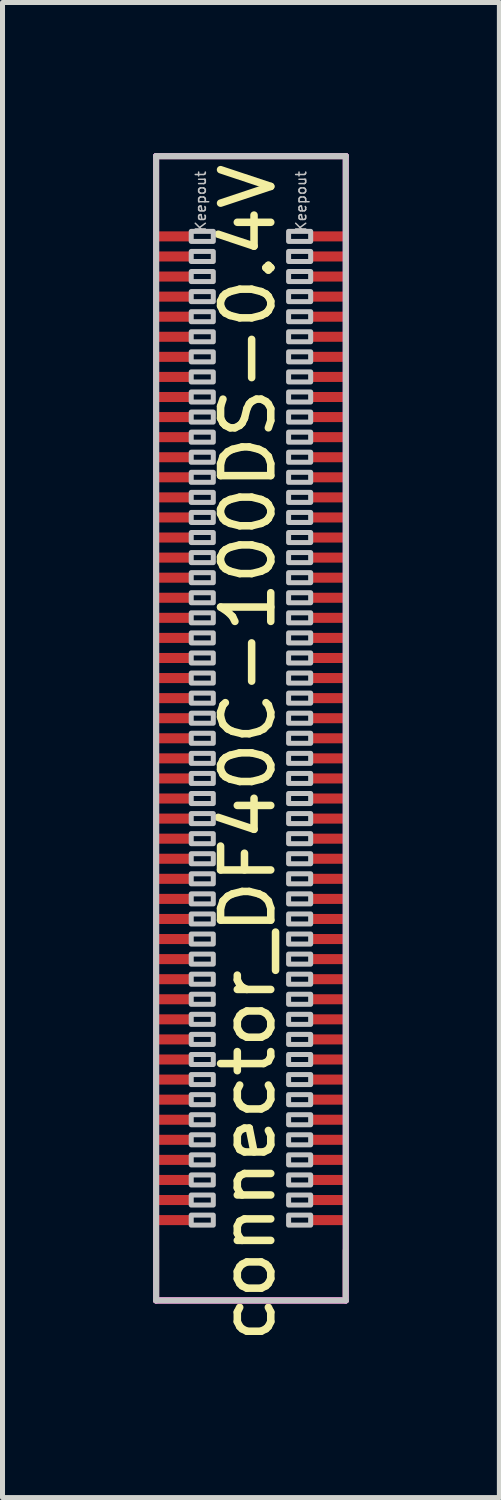
<source format=kicad_pcb>
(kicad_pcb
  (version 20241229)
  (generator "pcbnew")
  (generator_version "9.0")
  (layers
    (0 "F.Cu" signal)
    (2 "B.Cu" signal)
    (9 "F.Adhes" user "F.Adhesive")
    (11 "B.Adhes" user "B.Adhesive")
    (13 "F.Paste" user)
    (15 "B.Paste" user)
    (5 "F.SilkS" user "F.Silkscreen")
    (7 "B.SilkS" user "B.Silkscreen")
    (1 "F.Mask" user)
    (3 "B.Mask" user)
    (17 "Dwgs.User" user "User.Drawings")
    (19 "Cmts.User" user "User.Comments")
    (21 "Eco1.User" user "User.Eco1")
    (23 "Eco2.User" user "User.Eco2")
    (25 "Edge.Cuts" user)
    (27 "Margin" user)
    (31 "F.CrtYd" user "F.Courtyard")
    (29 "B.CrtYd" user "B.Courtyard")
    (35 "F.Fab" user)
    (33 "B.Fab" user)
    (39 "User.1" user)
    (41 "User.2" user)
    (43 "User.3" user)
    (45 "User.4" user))
  (footprint "connector_DF40C-100DS-0.4V"
    (layer "F.Cu")
    (at 1.95 11.46)
    (property "Reference" "connector_DF40C-100DS-0.4V" (at -0.06 0.49 90) (layer "F.SilkS") (effects (font (size 1 1) (thickness 0.15))))
    (attr through_hole)
    (fp_line (start -1.89 -11.4) (end 1.89 -11.4) (stroke (width 0.12) (type solid)) (layer "F.SilkS"))
    (fp_line (start -1.89 11.4) (end -1.89 10.4) (stroke (width 0.12) (type solid)) (layer "F.SilkS"))
    (fp_line (start -1.89 11.4) (end 1.89 11.4) (stroke (width 0.12) (type solid)) (layer "F.SilkS"))
    (fp_line (start 1.89 11.4) (end 1.89 10.4) (stroke (width 0.12) (type solid)) (layer "F.SilkS"))
    (fp_line (start -1.89 -11.4) (end 1.89 -11.4) (stroke (width 0.12) (type solid)) (layer "Dwgs.User"))
    (fp_line (start -1.89 11.4) (end -1.89 -11.4) (stroke (width 0.12) (type solid)) (layer "Dwgs.User"))
    (fp_line (start 1.89 -11.4) (end 1.89 11.4) (stroke (width 0.12) (type solid)) (layer "Dwgs.User"))
    (fp_line (start 1.89 11.4) (end -1.89 11.4) (stroke (width 0.12) (type solid)) (layer "Dwgs.User"))
    (fp_poly (pts (xy -0.75 -9.7) (xy -1.19 -9.7) (xy -1.19 -9.9) (xy -0.75 -9.9)) (stroke (width 0.1) (type solid)) (fill no) (layer "Dwgs.User"))
    (fp_poly (pts (xy -0.75 -9.3) (xy -1.19 -9.3) (xy -1.19 -9.5) (xy -0.75 -9.5)) (stroke (width 0.1) (type solid)) (fill no) (layer "Dwgs.User"))
    (fp_poly (pts (xy -0.75 -8.9) (xy -1.19 -8.9) (xy -1.19 -9.1) (xy -0.75 -9.1)) (stroke (width 0.1) (type solid)) (fill no) (layer "Dwgs.User"))
    (fp_poly (pts (xy -0.75 -8.5) (xy -1.19 -8.5) (xy -1.19 -8.7) (xy -0.75 -8.7)) (stroke (width 0.1) (type solid)) (fill no) (layer "Dwgs.User"))
    (fp_poly (pts (xy -0.75 -8.1) (xy -1.19 -8.1) (xy -1.19 -8.3) (xy -0.75 -8.3)) (stroke (width 0.1) (type solid)) (fill no) (layer "Dwgs.User"))
    (fp_poly (pts (xy -0.75 -7.7) (xy -1.19 -7.7) (xy -1.19 -7.9) (xy -0.75 -7.9)) (stroke (width 0.1) (type solid)) (fill no) (layer "Dwgs.User"))
    (fp_poly (pts (xy -0.75 -7.3) (xy -1.19 -7.3) (xy -1.19 -7.5) (xy -0.75 -7.5)) (stroke (width 0.1) (type solid)) (fill no) (layer "Dwgs.User"))
    (fp_poly (pts (xy -0.75 -6.9) (xy -1.19 -6.9) (xy -1.19 -7.1) (xy -0.75 -7.1)) (stroke (width 0.1) (type solid)) (fill no) (layer "Dwgs.User"))
    (fp_poly (pts (xy -0.75 -6.5) (xy -1.19 -6.5) (xy -1.19 -6.7) (xy -0.75 -6.7)) (stroke (width 0.1) (type solid)) (fill no) (layer "Dwgs.User"))
    (fp_poly (pts (xy -0.75 -6.1) (xy -1.19 -6.1) (xy -1.19 -6.3) (xy -0.75 -6.3)) (stroke (width 0.1) (type solid)) (fill no) (layer "Dwgs.User"))
    (fp_poly (pts (xy -0.75 -5.7) (xy -1.19 -5.7) (xy -1.19 -5.9) (xy -0.75 -5.9)) (stroke (width 0.1) (type solid)) (fill no) (layer "Dwgs.User"))
    (fp_poly (pts (xy -0.75 -5.3) (xy -1.19 -5.3) (xy -1.19 -5.5) (xy -0.75 -5.5)) (stroke (width 0.1) (type solid)) (fill no) (layer "Dwgs.User"))
    (fp_poly (pts (xy -0.75 -4.9) (xy -1.19 -4.9) (xy -1.19 -5.1) (xy -0.75 -5.1)) (stroke (width 0.1) (type solid)) (fill no) (layer "Dwgs.User"))
    (fp_poly (pts (xy -0.75 -4.5) (xy -1.19 -4.5) (xy -1.19 -4.7) (xy -0.75 -4.7)) (stroke (width 0.1) (type solid)) (fill no) (layer "Dwgs.User"))
    (fp_poly (pts (xy -0.75 -4.1) (xy -1.19 -4.1) (xy -1.19 -4.3) (xy -0.75 -4.3)) (stroke (width 0.1) (type solid)) (fill no) (layer "Dwgs.User"))
    (fp_poly (pts (xy -0.75 -3.7) (xy -1.19 -3.7) (xy -1.19 -3.9) (xy -0.75 -3.9)) (stroke (width 0.1) (type solid)) (fill no) (layer "Dwgs.User"))
    (fp_poly (pts (xy -0.75 -3.3) (xy -1.19 -3.3) (xy -1.19 -3.5) (xy -0.75 -3.5)) (stroke (width 0.1) (type solid)) (fill no) (layer "Dwgs.User"))
    (fp_poly (pts (xy -0.75 -2.9) (xy -1.19 -2.9) (xy -1.19 -3.1) (xy -0.75 -3.1)) (stroke (width 0.1) (type solid)) (fill no) (layer "Dwgs.User"))
    (fp_poly (pts (xy -0.75 -2.5) (xy -1.19 -2.5) (xy -1.19 -2.7) (xy -0.75 -2.7)) (stroke (width 0.1) (type solid)) (fill no) (layer "Dwgs.User"))
    (fp_poly (pts (xy -0.75 -2.1) (xy -1.19 -2.1) (xy -1.19 -2.3) (xy -0.75 -2.3)) (stroke (width 0.1) (type solid)) (fill no) (layer "Dwgs.User"))
    (fp_poly (pts (xy -0.75 -1.7) (xy -1.19 -1.7) (xy -1.19 -1.9) (xy -0.75 -1.9)) (stroke (width 0.1) (type solid)) (fill no) (layer "Dwgs.User"))
    (fp_poly (pts (xy -0.75 -1.3) (xy -1.19 -1.3) (xy -1.19 -1.5) (xy -0.75 -1.5)) (stroke (width 0.1) (type solid)) (fill no) (layer "Dwgs.User"))
    (fp_poly (pts (xy -0.75 -0.9) (xy -1.19 -0.9) (xy -1.19 -1.1) (xy -0.75 -1.1)) (stroke (width 0.1) (type solid)) (fill no) (layer "Dwgs.User"))
    (fp_poly (pts (xy -0.75 -0.5) (xy -1.19 -0.5) (xy -1.19 -0.7) (xy -0.75 -0.7)) (stroke (width 0.1) (type solid)) (fill no) (layer "Dwgs.User"))
    (fp_poly (pts (xy -0.75 -0.1) (xy -1.19 -0.1) (xy -1.19 -0.3) (xy -0.75 -0.3)) (stroke (width 0.1) (type solid)) (fill no) (layer "Dwgs.User"))
    (fp_poly (pts (xy -0.75 0.3) (xy -1.19 0.3) (xy -1.19 0.1) (xy -0.75 0.1)) (stroke (width 0.1) (type solid)) (fill no) (layer "Dwgs.User"))
    (fp_poly (pts (xy -0.75 0.7) (xy -1.19 0.7) (xy -1.19 0.5) (xy -0.75 0.5)) (stroke (width 0.1) (type solid)) (fill no) (layer "Dwgs.User"))
    (fp_poly (pts (xy -0.75 1.1) (xy -1.19 1.1) (xy -1.19 0.9) (xy -0.75 0.9)) (stroke (width 0.1) (type solid)) (fill no) (layer "Dwgs.User"))
    (fp_poly (pts (xy -0.75 1.5) (xy -1.19 1.5) (xy -1.19 1.3) (xy -0.75 1.3)) (stroke (width 0.1) (type solid)) (fill no) (layer "Dwgs.User"))
    (fp_poly (pts (xy -0.75 1.9) (xy -1.19 1.9) (xy -1.19 1.7) (xy -0.75 1.7)) (stroke (width 0.1) (type solid)) (fill no) (layer "Dwgs.User"))
    (fp_poly (pts (xy -0.75 2.3) (xy -1.19 2.3) (xy -1.19 2.1) (xy -0.75 2.1)) (stroke (width 0.1) (type solid)) (fill no) (layer "Dwgs.User"))
    (fp_poly (pts (xy -0.75 2.7) (xy -1.19 2.7) (xy -1.19 2.5) (xy -0.75 2.5)) (stroke (width 0.1) (type solid)) (fill no) (layer "Dwgs.User"))
    (fp_poly (pts (xy -0.75 3.1) (xy -1.19 3.1) (xy -1.19 2.9) (xy -0.75 2.9)) (stroke (width 0.1) (type solid)) (fill no) (layer "Dwgs.User"))
    (fp_poly (pts (xy -0.75 3.5) (xy -1.19 3.5) (xy -1.19 3.3) (xy -0.75 3.3)) (stroke (width 0.1) (type solid)) (fill no) (layer "Dwgs.User"))
    (fp_poly (pts (xy -0.75 3.9) (xy -1.19 3.9) (xy -1.19 3.7) (xy -0.75 3.7)) (stroke (width 0.1) (type solid)) (fill no) (layer "Dwgs.User"))
    (fp_poly (pts (xy -0.75 4.3) (xy -1.19 4.3) (xy -1.19 4.1) (xy -0.75 4.1)) (stroke (width 0.1) (type solid)) (fill no) (layer "Dwgs.User"))
    (fp_poly (pts (xy -0.75 4.7) (xy -1.19 4.7) (xy -1.19 4.5) (xy -0.75 4.5)) (stroke (width 0.1) (type solid)) (fill no) (layer "Dwgs.User"))
    (fp_poly (pts (xy -0.75 5.1) (xy -1.19 5.1) (xy -1.19 4.9) (xy -0.75 4.9)) (stroke (width 0.1) (type solid)) (fill no) (layer "Dwgs.User"))
    (fp_poly (pts (xy -0.75 5.5) (xy -1.19 5.5) (xy -1.19 5.3) (xy -0.75 5.3)) (stroke (width 0.1) (type solid)) (fill no) (layer "Dwgs.User"))
    (fp_poly (pts (xy -0.75 5.9) (xy -1.19 5.9) (xy -1.19 5.7) (xy -0.75 5.7)) (stroke (width 0.1) (type solid)) (fill no) (layer "Dwgs.User"))
    (fp_poly (pts (xy -0.75 6.3) (xy -1.19 6.3) (xy -1.19 6.1) (xy -0.75 6.1)) (stroke (width 0.1) (type solid)) (fill no) (layer "Dwgs.User"))
    (fp_poly (pts (xy -0.75 6.7) (xy -1.19 6.7) (xy -1.19 6.5) (xy -0.75 6.5)) (stroke (width 0.1) (type solid)) (fill no) (layer "Dwgs.User"))
    (fp_poly (pts (xy -0.75 7.1) (xy -1.19 7.1) (xy -1.19 6.9) (xy -0.75 6.9)) (stroke (width 0.1) (type solid)) (fill no) (layer "Dwgs.User"))
    (fp_poly (pts (xy -0.75 7.5) (xy -1.19 7.5) (xy -1.19 7.3) (xy -0.75 7.3)) (stroke (width 0.1) (type solid)) (fill no) (layer "Dwgs.User"))
    (fp_poly (pts (xy -0.75 7.9) (xy -1.19 7.9) (xy -1.19 7.7) (xy -0.75 7.7)) (stroke (width 0.1) (type solid)) (fill no) (layer "Dwgs.User"))
    (fp_poly (pts (xy -0.75 8.3) (xy -1.19 8.3) (xy -1.19 8.1) (xy -0.75 8.1)) (stroke (width 0.1) (type solid)) (fill no) (layer "Dwgs.User"))
    (fp_poly (pts (xy -0.75 8.7) (xy -1.19 8.7) (xy -1.19 8.5) (xy -0.75 8.5)) (stroke (width 0.1) (type solid)) (fill no) (layer "Dwgs.User"))
    (fp_poly (pts (xy -0.75 9.1) (xy -1.19 9.1) (xy -1.19 8.9) (xy -0.75 8.9)) (stroke (width 0.1) (type solid)) (fill no) (layer "Dwgs.User"))
    (fp_poly (pts (xy -0.75 9.5) (xy -1.19 9.5) (xy -1.19 9.3) (xy -0.75 9.3)) (stroke (width 0.1) (type solid)) (fill no) (layer "Dwgs.User"))
    (fp_poly (pts (xy -0.75 9.9) (xy -1.19 9.9) (xy -1.19 9.7) (xy -0.75 9.7)) (stroke (width 0.1) (type solid)) (fill no) (layer "Dwgs.User"))
    (fp_poly (pts (xy 1.19 -9.7) (xy 0.75 -9.7) (xy 0.75 -9.9) (xy 1.19 -9.9)) (stroke (width 0.1) (type solid)) (fill no) (layer "Dwgs.User"))
    (fp_poly (pts (xy 1.19 -9.3) (xy 0.75 -9.3) (xy 0.75 -9.5) (xy 1.19 -9.5)) (stroke (width 0.1) (type solid)) (fill no) (layer "Dwgs.User"))
    (fp_poly (pts (xy 1.19 -8.9) (xy 0.75 -8.9) (xy 0.75 -9.1) (xy 1.19 -9.1)) (stroke (width 0.1) (type solid)) (fill no) (layer "Dwgs.User"))
    (fp_poly (pts (xy 1.19 -8.5) (xy 0.75 -8.5) (xy 0.75 -8.7) (xy 1.19 -8.7)) (stroke (width 0.1) (type solid)) (fill no) (layer "Dwgs.User"))
    (fp_poly (pts (xy 1.19 -8.1) (xy 0.75 -8.1) (xy 0.75 -8.3) (xy 1.19 -8.3)) (stroke (width 0.1) (type solid)) (fill no) (layer "Dwgs.User"))
    (fp_poly (pts (xy 1.19 -7.7) (xy 0.75 -7.7) (xy 0.75 -7.9) (xy 1.19 -7.9)) (stroke (width 0.1) (type solid)) (fill no) (layer "Dwgs.User"))
    (fp_poly (pts (xy 1.19 -7.3) (xy 0.75 -7.3) (xy 0.75 -7.5) (xy 1.19 -7.5)) (stroke (width 0.1) (type solid)) (fill no) (layer "Dwgs.User"))
    (fp_poly (pts (xy 1.19 -6.9) (xy 0.75 -6.9) (xy 0.75 -7.1) (xy 1.19 -7.1)) (stroke (width 0.1) (type solid)) (fill no) (layer "Dwgs.User"))
    (fp_poly (pts (xy 1.19 -6.5) (xy 0.75 -6.5) (xy 0.75 -6.7) (xy 1.19 -6.7)) (stroke (width 0.1) (type solid)) (fill no) (layer "Dwgs.User"))
    (fp_poly (pts (xy 1.19 -6.1) (xy 0.75 -6.1) (xy 0.75 -6.3) (xy 1.19 -6.3)) (stroke (width 0.1) (type solid)) (fill no) (layer "Dwgs.User"))
    (fp_poly (pts (xy 1.19 -5.7) (xy 0.75 -5.7) (xy 0.75 -5.9) (xy 1.19 -5.9)) (stroke (width 0.1) (type solid)) (fill no) (layer "Dwgs.User"))
    (fp_poly (pts (xy 1.19 -5.3) (xy 0.75 -5.3) (xy 0.75 -5.5) (xy 1.19 -5.5)) (stroke (width 0.1) (type solid)) (fill no) (layer "Dwgs.User"))
    (fp_poly (pts (xy 1.19 -4.9) (xy 0.75 -4.9) (xy 0.75 -5.1) (xy 1.19 -5.1)) (stroke (width 0.1) (type solid)) (fill no) (layer "Dwgs.User"))
    (fp_poly (pts (xy 1.19 -4.5) (xy 0.75 -4.5) (xy 0.75 -4.7) (xy 1.19 -4.7)) (stroke (width 0.1) (type solid)) (fill no) (layer "Dwgs.User"))
    (fp_poly (pts (xy 1.19 -4.1) (xy 0.75 -4.1) (xy 0.75 -4.3) (xy 1.19 -4.3)) (stroke (width 0.1) (type solid)) (fill no) (layer "Dwgs.User"))
    (fp_poly (pts (xy 1.19 -3.7) (xy 0.75 -3.7) (xy 0.75 -3.9) (xy 1.19 -3.9)) (stroke (width 0.1) (type solid)) (fill no) (layer "Dwgs.User"))
    (fp_poly (pts (xy 1.19 -3.3) (xy 0.75 -3.3) (xy 0.75 -3.5) (xy 1.19 -3.5)) (stroke (width 0.1) (type solid)) (fill no) (layer "Dwgs.User"))
    (fp_poly (pts (xy 1.19 -2.9) (xy 0.75 -2.9) (xy 0.75 -3.1) (xy 1.19 -3.1)) (stroke (width 0.1) (type solid)) (fill no) (layer "Dwgs.User"))
    (fp_poly (pts (xy 1.19 -2.5) (xy 0.75 -2.5) (xy 0.75 -2.7) (xy 1.19 -2.7)) (stroke (width 0.1) (type solid)) (fill no) (layer "Dwgs.User"))
    (fp_poly (pts (xy 1.19 -2.1) (xy 0.75 -2.1) (xy 0.75 -2.3) (xy 1.19 -2.3)) (stroke (width 0.1) (type solid)) (fill no) (layer "Dwgs.User"))
    (fp_poly (pts (xy 1.19 -1.7) (xy 0.75 -1.7) (xy 0.75 -1.9) (xy 1.19 -1.9)) (stroke (width 0.1) (type solid)) (fill no) (layer "Dwgs.User"))
    (fp_poly (pts (xy 1.19 -1.3) (xy 0.75 -1.3) (xy 0.75 -1.5) (xy 1.19 -1.5)) (stroke (width 0.1) (type solid)) (fill no) (layer "Dwgs.User"))
    (fp_poly (pts (xy 1.19 -0.9) (xy 0.75 -0.9) (xy 0.75 -1.1) (xy 1.19 -1.1)) (stroke (width 0.1) (type solid)) (fill no) (layer "Dwgs.User"))
    (fp_poly (pts (xy 1.19 -0.5) (xy 0.75 -0.5) (xy 0.75 -0.7) (xy 1.19 -0.7)) (stroke (width 0.1) (type solid)) (fill no) (layer "Dwgs.User"))
    (fp_poly (pts (xy 1.19 -0.1) (xy 0.75 -0.1) (xy 0.75 -0.3) (xy 1.19 -0.3)) (stroke (width 0.1) (type solid)) (fill no) (layer "Dwgs.User"))
    (fp_poly (pts (xy 1.19 0.3) (xy 0.75 0.3) (xy 0.75 0.1) (xy 1.19 0.1)) (stroke (width 0.1) (type solid)) (fill no) (layer "Dwgs.User"))
    (fp_poly (pts (xy 1.19 0.7) (xy 0.75 0.7) (xy 0.75 0.5) (xy 1.19 0.5)) (stroke (width 0.1) (type solid)) (fill no) (layer "Dwgs.User"))
    (fp_poly (pts (xy 1.19 1.1) (xy 0.75 1.1) (xy 0.75 0.9) (xy 1.19 0.9)) (stroke (width 0.1) (type solid)) (fill no) (layer "Dwgs.User"))
    (fp_poly (pts (xy 1.19 1.5) (xy 0.75 1.5) (xy 0.75 1.3) (xy 1.19 1.3)) (stroke (width 0.1) (type solid)) (fill no) (layer "Dwgs.User"))
    (fp_poly (pts (xy 1.19 1.9) (xy 0.75 1.9) (xy 0.75 1.7) (xy 1.19 1.7)) (stroke (width 0.1) (type solid)) (fill no) (layer "Dwgs.User"))
    (fp_poly (pts (xy 1.19 2.3) (xy 0.75 2.3) (xy 0.75 2.1) (xy 1.19 2.1)) (stroke (width 0.1) (type solid)) (fill no) (layer "Dwgs.User"))
    (fp_poly (pts (xy 1.19 2.7) (xy 0.75 2.7) (xy 0.75 2.5) (xy 1.19 2.5)) (stroke (width 0.1) (type solid)) (fill no) (layer "Dwgs.User"))
    (fp_poly (pts (xy 1.19 3.1) (xy 0.75 3.1) (xy 0.75 2.9) (xy 1.19 2.9)) (stroke (width 0.1) (type solid)) (fill no) (layer "Dwgs.User"))
    (fp_poly (pts (xy 1.19 3.5) (xy 0.75 3.5) (xy 0.75 3.3) (xy 1.19 3.3)) (stroke (width 0.1) (type solid)) (fill no) (layer "Dwgs.User"))
    (fp_poly (pts (xy 1.19 3.9) (xy 0.75 3.9) (xy 0.75 3.7) (xy 1.19 3.7)) (stroke (width 0.1) (type solid)) (fill no) (layer "Dwgs.User"))
    (fp_poly (pts (xy 1.19 4.3) (xy 0.75 4.3) (xy 0.75 4.1) (xy 1.19 4.1)) (stroke (width 0.1) (type solid)) (fill no) (layer "Dwgs.User"))
    (fp_poly (pts (xy 1.19 4.7) (xy 0.75 4.7) (xy 0.75 4.5) (xy 1.19 4.5)) (stroke (width 0.1) (type solid)) (fill no) (layer "Dwgs.User"))
    (fp_poly (pts (xy 1.19 5.1) (xy 0.75 5.1) (xy 0.75 4.9) (xy 1.19 4.9)) (stroke (width 0.1) (type solid)) (fill no) (layer "Dwgs.User"))
    (fp_poly (pts (xy 1.19 5.5) (xy 0.75 5.5) (xy 0.75 5.3) (xy 1.19 5.3)) (stroke (width 0.1) (type solid)) (fill no) (layer "Dwgs.User"))
    (fp_poly (pts (xy 1.19 5.9) (xy 0.75 5.9) (xy 0.75 5.7) (xy 1.19 5.7)) (stroke (width 0.1) (type solid)) (fill no) (layer "Dwgs.User"))
    (fp_poly (pts (xy 1.19 6.3) (xy 0.75 6.3) (xy 0.75 6.1) (xy 1.19 6.1)) (stroke (width 0.1) (type solid)) (fill no) (layer "Dwgs.User"))
    (fp_poly (pts (xy 1.19 6.7) (xy 0.75 6.7) (xy 0.75 6.5) (xy 1.19 6.5)) (stroke (width 0.1) (type solid)) (fill no) (layer "Dwgs.User"))
    (fp_poly (pts (xy 1.19 7.1) (xy 0.75 7.1) (xy 0.75 6.9) (xy 1.19 6.9)) (stroke (width 0.1) (type solid)) (fill no) (layer "Dwgs.User"))
    (fp_poly (pts (xy 1.19 7.5) (xy 0.75 7.5) (xy 0.75 7.3) (xy 1.19 7.3)) (stroke (width 0.1) (type solid)) (fill no) (layer "Dwgs.User"))
    (fp_poly (pts (xy 1.19 7.9) (xy 0.75 7.9) (xy 0.75 7.7) (xy 1.19 7.7)) (stroke (width 0.1) (type solid)) (fill no) (layer "Dwgs.User"))
    (fp_poly (pts (xy 1.19 8.3) (xy 0.75 8.3) (xy 0.75 8.1) (xy 1.19 8.1)) (stroke (width 0.1) (type solid)) (fill no) (layer "Dwgs.User"))
    (fp_poly (pts (xy 1.19 8.7) (xy 0.75 8.7) (xy 0.75 8.5) (xy 1.19 8.5)) (stroke (width 0.1) (type solid)) (fill no) (layer "Dwgs.User"))
    (fp_poly (pts (xy 1.19 9.1) (xy 0.75 9.1) (xy 0.75 8.9) (xy 1.19 8.9)) (stroke (width 0.1) (type solid)) (fill no) (layer "Dwgs.User"))
    (fp_poly (pts (xy 1.19 9.5) (xy 0.75 9.5) (xy 0.75 9.3) (xy 1.19 9.3)) (stroke (width 0.1) (type solid)) (fill no) (layer "Dwgs.User"))
    (fp_poly (pts (xy 1.19 9.9) (xy 0.75 9.9) (xy 0.75 9.7) (xy 1.19 9.7)) (stroke (width 0.1) (type solid)) (fill no) (layer "Dwgs.User"))
    (fp_line (start -1.89 -11.4) (end 1.89 -11.4) (stroke (width 0.12) (type solid)) (layer "F.CrtYd"))
    (fp_line (start -1.89 11.4) (end -1.89 -11.4) (stroke (width 0.12) (type solid)) (layer "F.CrtYd"))
    (fp_line (start 1.89 -11.4) (end 1.89 11.4) (stroke (width 0.12) (type solid)) (layer "F.CrtYd"))
    (fp_line (start 1.89 11.4) (end -1.89 11.4) (stroke (width 0.12) (type solid)) (layer "F.CrtYd"))
    (fp_line (start -1.89 -11.4) (end 1.89 -11.4) (stroke (width 0.12) (type solid)) (layer "F.Fab"))
    (fp_line (start -1.89 11.4) (end -1.89 -11.4) (stroke (width 0.12) (type solid)) (layer "F.Fab"))
    (fp_line (start 1.89 -11.4) (end 1.89 11.4) (stroke (width 0.12) (type solid)) (layer "F.Fab"))
    (fp_line (start 1.89 11.4) (end -1.89 11.4) (stroke (width 0.12) (type solid)) (layer "F.Fab"))
    (fp_text user "Keepout" (at -1 -10.5 90) (layer "Dwgs.User") (effects (font (size 0.2 0.2) (thickness 0.03))))
    (fp_text user "Keepout" (at 1 -10.5 90) (layer "Dwgs.User") (effects (font (size 0.2 0.2) (thickness 0.03))))
    (pad "1" smd rect (at -1.54 -9.8 270) (size 0.2 0.7) (layers "F.Cu" "F.Mask" "F.Paste"))
    (pad "2" smd rect (at 1.54 -9.8 270) (size 0.2 0.7) (layers "F.Cu" "F.Mask" "F.Paste"))
    (pad "3" smd rect (at -1.54 -9.4 270) (size 0.2 0.7) (layers "F.Cu" "F.Mask" "F.Paste"))
    (pad "4" smd rect (at 1.54 -9.4 270) (size 0.2 0.7) (layers "F.Cu" "F.Mask" "F.Paste"))
    (pad "5" smd rect (at -1.54 -9 270) (size 0.2 0.7) (layers "F.Cu" "F.Mask" "F.Paste"))
    (pad "6" smd rect (at 1.54 -9 270) (size 0.2 0.7) (layers "F.Cu" "F.Mask" "F.Paste"))
    (pad "7" smd rect (at -1.54 -8.6 270) (size 0.2 0.7) (layers "F.Cu" "F.Mask" "F.Paste"))
    (pad "8" smd rect (at 1.54 -8.6 270) (size 0.2 0.7) (layers "F.Cu" "F.Mask" "F.Paste"))
    (pad "9" smd rect (at -1.54 -8.2 270) (size 0.2 0.7) (layers "F.Cu" "F.Mask" "F.Paste"))
    (pad "10" smd rect (at 1.54 -8.2 270) (size 0.2 0.7) (layers "F.Cu" "F.Mask" "F.Paste"))
    (pad "11" smd rect (at -1.54 -7.8 270) (size 0.2 0.7) (layers "F.Cu" "F.Mask" "F.Paste"))
    (pad "12" smd rect (at 1.54 -7.8 270) (size 0.2 0.7) (layers "F.Cu" "F.Mask" "F.Paste"))
    (pad "13" smd rect (at -1.54 -7.4 270) (size 0.2 0.7) (layers "F.Cu" "F.Mask" "F.Paste"))
    (pad "14" smd rect (at 1.54 -7.4 270) (size 0.2 0.7) (layers "F.Cu" "F.Mask" "F.Paste"))
    (pad "15" smd rect (at -1.54 -7 270) (size 0.2 0.7) (layers "F.Cu" "F.Mask" "F.Paste"))
    (pad "16" smd rect (at 1.54 -7 270) (size 0.2 0.7) (layers "F.Cu" "F.Mask" "F.Paste"))
    (pad "17" smd rect (at -1.54 -6.6 270) (size 0.2 0.7) (layers "F.Cu" "F.Mask" "F.Paste"))
    (pad "18" smd rect (at 1.54 -6.6 270) (size 0.2 0.7) (layers "F.Cu" "F.Mask" "F.Paste"))
    (pad "19" smd rect (at -1.54 -6.2 270) (size 0.2 0.7) (layers "F.Cu" "F.Mask" "F.Paste"))
    (pad "20" smd rect (at 1.54 -6.2 270) (size 0.2 0.7) (layers "F.Cu" "F.Mask" "F.Paste"))
    (pad "21" smd rect (at -1.54 -5.8 270) (size 0.2 0.7) (layers "F.Cu" "F.Mask" "F.Paste"))
    (pad "22" smd rect (at 1.54 -5.8 270) (size 0.2 0.7) (layers "F.Cu" "F.Mask" "F.Paste"))
    (pad "23" smd rect (at -1.54 -5.4 270) (size 0.2 0.7) (layers "F.Cu" "F.Mask" "F.Paste"))
    (pad "24" smd rect (at 1.54 -5.4 270) (size 0.2 0.7) (layers "F.Cu" "F.Mask" "F.Paste"))
    (pad "25" smd rect (at -1.54 -5 270) (size 0.2 0.7) (layers "F.Cu" "F.Mask" "F.Paste"))
    (pad "26" smd rect (at 1.54 -5 270) (size 0.2 0.7) (layers "F.Cu" "F.Mask" "F.Paste"))
    (pad "27" smd rect (at -1.54 -4.6 270) (size 0.2 0.7) (layers "F.Cu" "F.Mask" "F.Paste"))
    (pad "28" smd rect (at 1.54 -4.6 270) (size 0.2 0.7) (layers "F.Cu" "F.Mask" "F.Paste"))
    (pad "29" smd rect (at -1.54 -4.2 270) (size 0.2 0.7) (layers "F.Cu" "F.Mask" "F.Paste"))
    (pad "30" smd rect (at 1.54 -4.2 270) (size 0.2 0.7) (layers "F.Cu" "F.Mask" "F.Paste"))
    (pad "31" smd rect (at -1.54 -3.8 270) (size 0.2 0.7) (layers "F.Cu" "F.Mask" "F.Paste"))
    (pad "32" smd rect (at 1.54 -3.8 270) (size 0.2 0.7) (layers "F.Cu" "F.Mask" "F.Paste"))
    (pad "33" smd rect (at -1.54 -3.4 270) (size 0.2 0.7) (layers "F.Cu" "F.Mask" "F.Paste"))
    (pad "34" smd rect (at 1.54 -3.4 270) (size 0.2 0.7) (layers "F.Cu" "F.Mask" "F.Paste"))
    (pad "35" smd rect (at -1.54 -3 270) (size 0.2 0.7) (layers "F.Cu" "F.Mask" "F.Paste"))
    (pad "36" smd rect (at 1.54 -3 270) (size 0.2 0.7) (layers "F.Cu" "F.Mask" "F.Paste"))
    (pad "37" smd rect (at -1.54 -2.6 270) (size 0.2 0.7) (layers "F.Cu" "F.Mask" "F.Paste"))
    (pad "38" smd rect (at 1.54 -2.6 270) (size 0.2 0.7) (layers "F.Cu" "F.Mask" "F.Paste"))
    (pad "39" smd rect (at -1.54 -2.2 270) (size 0.2 0.7) (layers "F.Cu" "F.Mask" "F.Paste"))
    (pad "40" smd rect (at 1.54 -2.2 270) (size 0.2 0.7) (layers "F.Cu" "F.Mask" "F.Paste"))
    (pad "41" smd rect (at -1.54 -1.8 270) (size 0.2 0.7) (layers "F.Cu" "F.Mask" "F.Paste"))
    (pad "42" smd rect (at 1.54 -1.8 270) (size 0.2 0.7) (layers "F.Cu" "F.Mask" "F.Paste"))
    (pad "43" smd rect (at -1.54 -1.4 270) (size 0.2 0.7) (layers "F.Cu" "F.Mask" "F.Paste"))
    (pad "44" smd rect (at 1.54 -1.4 270) (size 0.2 0.7) (layers "F.Cu" "F.Mask" "F.Paste"))
    (pad "45" smd rect (at -1.54 -1 270) (size 0.2 0.7) (layers "F.Cu" "F.Mask" "F.Paste"))
    (pad "46" smd rect (at 1.54 -1 270) (size 0.2 0.7) (layers "F.Cu" "F.Mask" "F.Paste"))
    (pad "47" smd rect (at -1.54 -0.6 270) (size 0.2 0.7) (layers "F.Cu" "F.Mask" "F.Paste"))
    (pad "48" smd rect (at 1.54 -0.6 270) (size 0.2 0.7) (layers "F.Cu" "F.Mask" "F.Paste"))
    (pad "49" smd rect (at -1.54 -0.2 270) (size 0.2 0.7) (layers "F.Cu" "F.Mask" "F.Paste"))
    (pad "50" smd rect (at 1.54 -0.2 270) (size 0.2 0.7) (layers "F.Cu" "F.Mask" "F.Paste"))
    (pad "51" smd rect (at -1.54 0.2 270) (size 0.2 0.7) (layers "F.Cu" "F.Mask" "F.Paste"))
    (pad "52" smd rect (at 1.54 0.2 270) (size 0.2 0.7) (layers "F.Cu" "F.Mask" "F.Paste"))
    (pad "53" smd rect (at -1.54 0.6 270) (size 0.2 0.7) (layers "F.Cu" "F.Mask" "F.Paste"))
    (pad "54" smd rect (at 1.54 0.6 270) (size 0.2 0.7) (layers "F.Cu" "F.Mask" "F.Paste"))
    (pad "55" smd rect (at -1.54 1 270) (size 0.2 0.7) (layers "F.Cu" "F.Mask" "F.Paste"))
    (pad "56" smd rect (at 1.54 1 270) (size 0.2 0.7) (layers "F.Cu" "F.Mask" "F.Paste"))
    (pad "57" smd rect (at -1.54 1.4 270) (size 0.2 0.7) (layers "F.Cu" "F.Mask" "F.Paste"))
    (pad "58" smd rect (at 1.54 1.4 270) (size 0.2 0.7) (layers "F.Cu" "F.Mask" "F.Paste"))
    (pad "59" smd rect (at -1.54 1.8 270) (size 0.2 0.7) (layers "F.Cu" "F.Mask" "F.Paste"))
    (pad "60" smd rect (at 1.54 1.8 270) (size 0.2 0.7) (layers "F.Cu" "F.Mask" "F.Paste"))
    (pad "61" smd rect (at -1.54 2.2 270) (size 0.2 0.7) (layers "F.Cu" "F.Mask" "F.Paste"))
    (pad "62" smd rect (at 1.54 2.2 270) (size 0.2 0.7) (layers "F.Cu" "F.Mask" "F.Paste"))
    (pad "63" smd rect (at -1.54 2.6 270) (size 0.2 0.7) (layers "F.Cu" "F.Mask" "F.Paste"))
    (pad "64" smd rect (at 1.54 2.6 270) (size 0.2 0.7) (layers "F.Cu" "F.Mask" "F.Paste"))
    (pad "65" smd rect (at -1.54 3 270) (size 0.2 0.7) (layers "F.Cu" "F.Mask" "F.Paste"))
    (pad "66" smd rect (at 1.54 3 270) (size 0.2 0.7) (layers "F.Cu" "F.Mask" "F.Paste"))
    (pad "67" smd rect (at -1.54 3.4 270) (size 0.2 0.7) (layers "F.Cu" "F.Mask" "F.Paste"))
    (pad "68" smd rect (at 1.54 3.4 270) (size 0.2 0.7) (layers "F.Cu" "F.Mask" "F.Paste"))
    (pad "69" smd rect (at -1.54 3.8 270) (size 0.2 0.7) (layers "F.Cu" "F.Mask" "F.Paste"))
    (pad "70" smd rect (at 1.54 3.8 270) (size 0.2 0.7) (layers "F.Cu" "F.Mask" "F.Paste"))
    (pad "71" smd rect (at -1.54 4.2 270) (size 0.2 0.7) (layers "F.Cu" "F.Mask" "F.Paste"))
    (pad "72" smd rect (at 1.54 4.2 270) (size 0.2 0.7) (layers "F.Cu" "F.Mask" "F.Paste"))
    (pad "73" smd rect (at -1.54 4.6 270) (size 0.2 0.7) (layers "F.Cu" "F.Mask" "F.Paste"))
    (pad "74" smd rect (at 1.54 4.6 270) (size 0.2 0.7) (layers "F.Cu" "F.Mask" "F.Paste"))
    (pad "75" smd rect (at -1.54 5 270) (size 0.2 0.7) (layers "F.Cu" "F.Mask" "F.Paste"))
    (pad "76" smd rect (at 1.54 5 270) (size 0.2 0.7) (layers "F.Cu" "F.Mask" "F.Paste"))
    (pad "77" smd rect (at -1.54 5.4 270) (size 0.2 0.7) (layers "F.Cu" "F.Mask" "F.Paste"))
    (pad "78" smd rect (at 1.54 5.4 270) (size 0.2 0.7) (layers "F.Cu" "F.Mask" "F.Paste"))
    (pad "79" smd rect (at -1.54 5.8 270) (size 0.2 0.7) (layers "F.Cu" "F.Mask" "F.Paste"))
    (pad "80" smd rect (at 1.54 5.8 270) (size 0.2 0.7) (layers "F.Cu" "F.Mask" "F.Paste"))
    (pad "81" smd rect (at -1.54 6.2 270) (size 0.2 0.7) (layers "F.Cu" "F.Mask" "F.Paste"))
    (pad "82" smd rect (at 1.54 6.2 270) (size 0.2 0.7) (layers "F.Cu" "F.Mask" "F.Paste"))
    (pad "83" smd rect (at -1.54 6.6 270) (size 0.2 0.7) (layers "F.Cu" "F.Mask" "F.Paste"))
    (pad "84" smd rect (at 1.54 6.6 270) (size 0.2 0.7) (layers "F.Cu" "F.Mask" "F.Paste"))
    (pad "85" smd rect (at -1.54 7 270) (size 0.2 0.7) (layers "F.Cu" "F.Mask" "F.Paste"))
    (pad "86" smd rect (at 1.54 7 270) (size 0.2 0.7) (layers "F.Cu" "F.Mask" "F.Paste"))
    (pad "87" smd rect (at -1.54 7.4 270) (size 0.2 0.7) (layers "F.Cu" "F.Mask" "F.Paste"))
    (pad "88" smd rect (at 1.54 7.4 270) (size 0.2 0.7) (layers "F.Cu" "F.Mask" "F.Paste"))
    (pad "89" smd rect (at -1.54 7.8 270) (size 0.2 0.7) (layers "F.Cu" "F.Mask" "F.Paste"))
    (pad "90" smd rect (at 1.54 7.8 270) (size 0.2 0.7) (layers "F.Cu" "F.Mask" "F.Paste"))
    (pad "91" smd rect (at -1.54 8.2 270) (size 0.2 0.7) (layers "F.Cu" "F.Mask" "F.Paste"))
    (pad "92" smd rect (at 1.54 8.2 270) (size 0.2 0.7) (layers "F.Cu" "F.Mask" "F.Paste"))
    (pad "93" smd rect (at -1.54 8.6 270) (size 0.2 0.7) (layers "F.Cu" "F.Mask" "F.Paste"))
    (pad "94" smd rect (at 1.54 8.6 270) (size 0.2 0.7) (layers "F.Cu" "F.Mask" "F.Paste"))
    (pad "95" smd rect (at -1.54 9 270) (size 0.2 0.7) (layers "F.Cu" "F.Mask" "F.Paste"))
    (pad "96" smd rect (at 1.54 9 270) (size 0.2 0.7) (layers "F.Cu" "F.Mask" "F.Paste"))
    (pad "97" smd rect (at -1.54 9.4 270) (size 0.2 0.7) (layers "F.Cu" "F.Mask" "F.Paste"))
    (pad "98" smd rect (at 1.54 9.4 270) (size 0.2 0.7) (layers "F.Cu" "F.Mask" "F.Paste"))
    (pad "99" smd rect (at -1.54 9.8 270) (size 0.2 0.7) (layers "F.Cu" "F.Mask" "F.Paste"))
    (pad "100" smd rect (at 1.54 9.8 270) (size 0.2 0.7) (layers "F.Cu" "F.Mask" "F.Paste")))
  (gr_rect
    (start -3 -3)
    (end 6.9 26.789)
    (stroke (width 0.1) (type default))
    (fill no)
    (layer "Edge.Cuts")))
</source>
